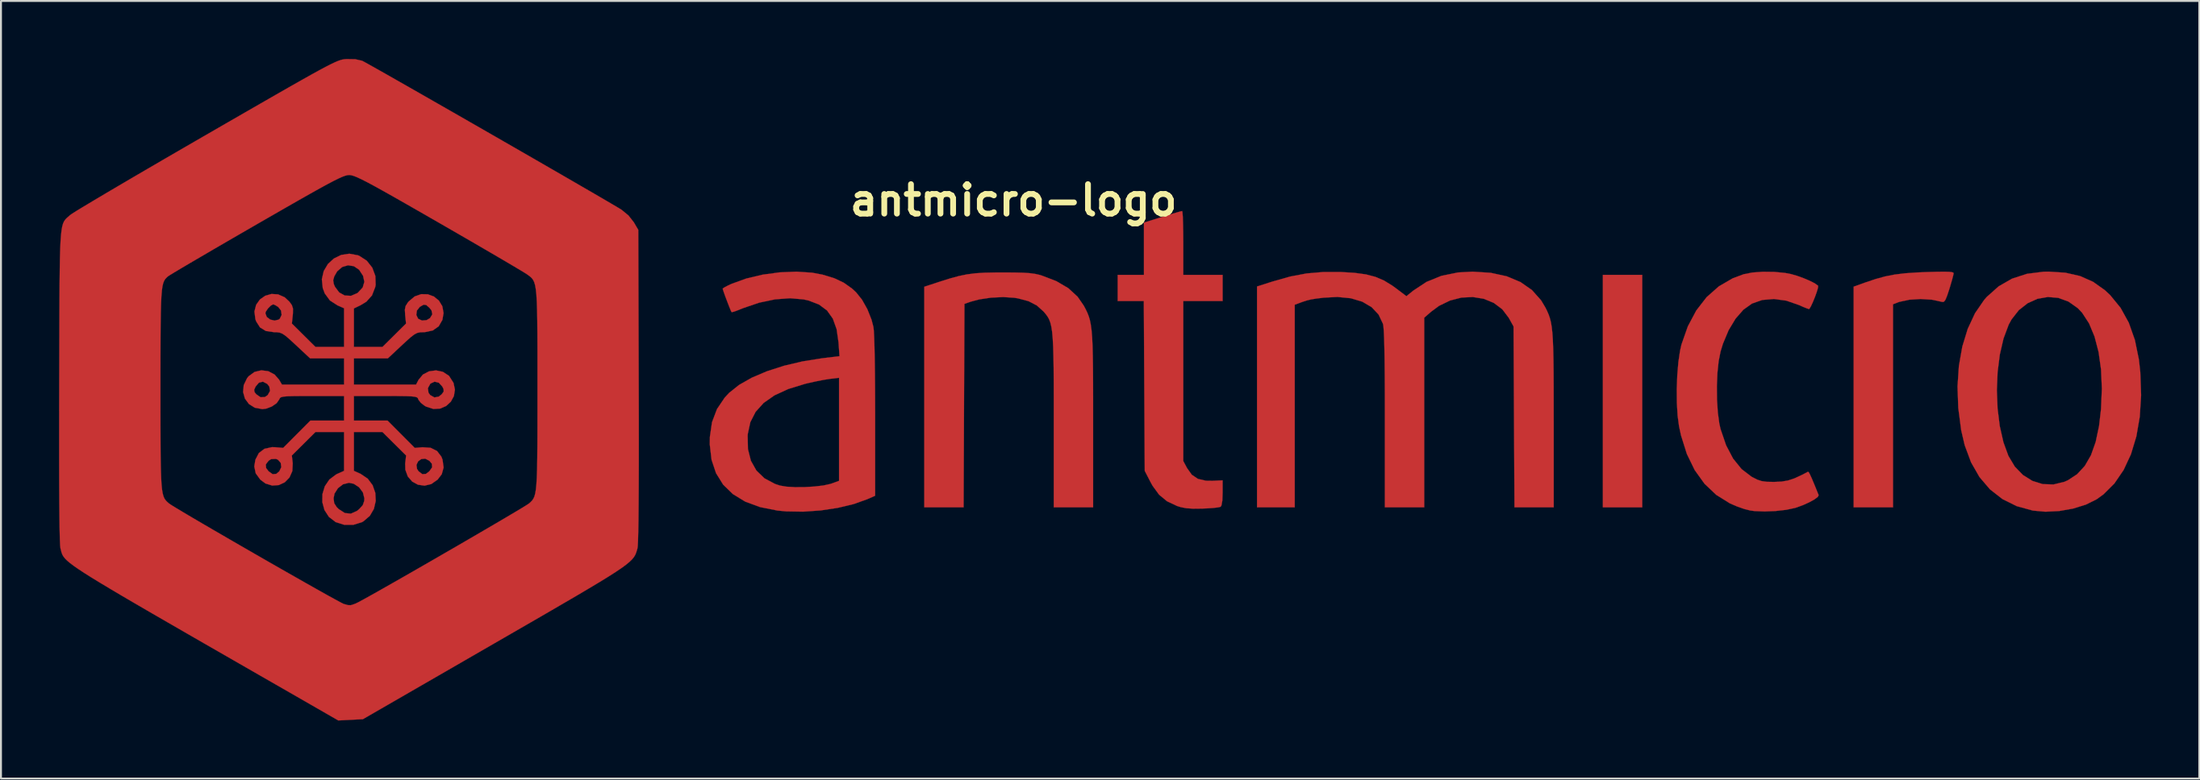
<source format=kicad_pcb>
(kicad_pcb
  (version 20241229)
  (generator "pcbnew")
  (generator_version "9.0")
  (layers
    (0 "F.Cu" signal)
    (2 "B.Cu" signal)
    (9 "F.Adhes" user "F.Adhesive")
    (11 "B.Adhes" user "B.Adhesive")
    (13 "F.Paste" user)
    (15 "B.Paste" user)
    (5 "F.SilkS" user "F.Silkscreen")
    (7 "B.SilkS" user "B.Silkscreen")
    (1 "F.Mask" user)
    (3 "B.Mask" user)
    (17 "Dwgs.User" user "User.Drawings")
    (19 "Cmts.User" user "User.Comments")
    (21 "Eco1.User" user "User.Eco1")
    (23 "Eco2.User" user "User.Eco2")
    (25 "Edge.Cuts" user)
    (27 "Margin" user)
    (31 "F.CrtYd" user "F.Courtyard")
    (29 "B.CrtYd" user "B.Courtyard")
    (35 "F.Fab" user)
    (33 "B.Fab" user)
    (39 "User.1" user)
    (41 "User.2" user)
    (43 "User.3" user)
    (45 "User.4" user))
  (footprint "antmicro-logo"
    (layer "F.Cu")
    (at 57.003 17.608)
    (property "Reference" "antmicro-logo" (at -7.7 -10.3 0) (layer "F.SilkS") (effects (font (size 1.524 1.524) (thickness 0.3))))
    (attr through_hole)
    (fp_poly (pts (xy 24.775 5.58) (xy 22.743 5.58) (xy 22.743 -6.443) (xy 24.775 -6.443) (xy 24.775 5.58)) (stroke (width 0.01) (type solid)) (fill yes) (layer "F.Cu"))
    (fp_poly (pts (xy 40.648 -6.599) (xy 40.8 -6.577) (xy 40.859 -6.542) (xy 40.861 -6.53) (xy 40.837 -6.406) (xy 40.773 -6.164) (xy 40.681 -5.849) (xy 40.639 -5.712) (xy 40.525 -5.366) (xy 40.439 -5.157) (xy 40.364 -5.057) (xy 40.286 -5.041) (xy 40.266 -5.046) (xy 39.74 -5.159) (xy 39.152 -5.196) (xy 38.569 -5.158) (xy 38.058 -5.048) (xy 37.962 -5.013) (xy 37.729 -4.923) (xy 37.729 5.58) (xy 35.697 5.58) (xy 35.697 -5.833) (xy 36.31 -6.053) (xy 36.844 -6.232) (xy 37.332 -6.365) (xy 37.821 -6.46) (xy 38.357 -6.525) (xy 38.988 -6.568) (xy 39.443 -6.587) (xy 39.988 -6.603) (xy 40.384 -6.607) (xy 40.648 -6.599)) (stroke (width 0.01) (type solid)) (fill yes) (layer "F.Cu"))
    (fp_poly (pts (xy 1.028 -9.664) (xy 1.044 -9.44) (xy 1.056 -9.098) (xy 1.064 -8.664) (xy 1.068 -8.163) (xy 1.068 -8.094) (xy 1.068 -6.443) (xy 3.1 -6.443) (xy 3.1 -5.088) (xy 1.068 -5.088) (xy 1.068 3.183) (xy 1.261 3.547) (xy 1.508 3.894) (xy 1.827 4.109) (xy 2.241 4.204) (xy 2.571 4.208) (xy 3.1 4.183) (xy 3.1 4.834) (xy 3.085 5.236) (xy 3.041 5.479) (xy 2.994 5.552) (xy 2.868 5.582) (xy 2.615 5.611) (xy 2.277 5.634) (xy 2.042 5.643) (xy 1.577 5.648) (xy 1.227 5.625) (xy 0.937 5.569) (xy 0.747 5.509) (xy 0.231 5.266) (xy -0.179 4.928) (xy -0.518 4.464) (xy -0.625 4.269) (xy -0.922 3.692) (xy -0.946 -0.698) (xy -0.97 -5.088) (xy -2.319 -5.088) (xy -2.319 -6.443) (xy -0.964 -6.443) (xy -0.964 -9.146) (xy -0.005 -9.445) (xy 0.373 -9.562) (xy 0.692 -9.658) (xy 0.916 -9.722) (xy 1.011 -9.745) (xy 1.028 -9.664)) (stroke (width 0.01) (type solid)) (fill yes) (layer "F.Cu"))
    (fp_poly (pts (xy -7.658 -6.565) (xy -7.208 -6.554) (xy -6.861 -6.531) (xy -6.586 -6.494) (xy -6.351 -6.441) (xy -6.259 -6.414) (xy -5.492 -6.12) (xy -4.871 -5.755) (xy -4.39 -5.313) (xy -4.073 -4.853) (xy -3.972 -4.663) (xy -3.886 -4.484) (xy -3.814 -4.3) (xy -3.754 -4.097) (xy -3.707 -3.859) (xy -3.669 -3.572) (xy -3.64 -3.221) (xy -3.619 -2.79) (xy -3.605 -2.265) (xy -3.596 -1.63) (xy -3.591 -0.871) (xy -3.589 0.027) (xy -3.589 1.068) (xy -3.589 5.58) (xy -5.621 5.58) (xy -5.621 1.108) (xy -5.621 0.055) (xy -5.623 -0.842) (xy -5.628 -1.599) (xy -5.638 -2.228) (xy -5.653 -2.746) (xy -5.676 -3.165) (xy -5.706 -3.499) (xy -5.747 -3.764) (xy -5.798 -3.973) (xy -5.861 -4.141) (xy -5.938 -4.281) (xy -6.03 -4.408) (xy -6.139 -4.536) (xy -6.145 -4.544) (xy -6.496 -4.86) (xy -6.923 -5.082) (xy -7.463 -5.226) (xy -7.664 -5.259) (xy -8.232 -5.295) (xy -8.86 -5.265) (xy -9.471 -5.174) (xy -9.916 -5.055) (xy -10.235 -4.944) (xy -10.257 0.318) (xy -10.279 5.58) (xy -12.309 5.58) (xy -12.309 -5.829) (xy -11.526 -6.086) (xy -10.987 -6.256) (xy -10.529 -6.381) (xy -10.107 -6.468) (xy -9.675 -6.524) (xy -9.187 -6.555) (xy -8.599 -6.567) (xy -8.245 -6.568) (xy -7.658 -6.565)) (stroke (width 0.01) (type solid)) (fill yes) (layer "F.Cu"))
    (fp_poly (pts (xy 16.95 -6.549) (xy 17.776 -6.369) (xy 18.487 -6.071) (xy 19.079 -5.657) (xy 19.55 -5.128) (xy 19.776 -4.749) (xy 19.865 -4.567) (xy 19.941 -4.391) (xy 20.005 -4.205) (xy 20.058 -3.996) (xy 20.1 -3.748) (xy 20.133 -3.446) (xy 20.158 -3.075) (xy 20.176 -2.62) (xy 20.189 -2.066) (xy 20.197 -1.399) (xy 20.201 -0.603) (xy 20.202 0.337) (xy 20.203 1.097) (xy 20.203 5.58) (xy 18.176 5.58) (xy 18.152 0.902) (xy 18.128 -3.776) (xy 17.881 -4.222) (xy 17.545 -4.665) (xy 17.108 -4.993) (xy 16.595 -5.205) (xy 16.03 -5.297) (xy 15.439 -5.269) (xy 14.848 -5.117) (xy 14.279 -4.841) (xy 13.874 -4.541) (xy 13.514 -4.228) (xy 13.514 5.58) (xy 11.482 5.58) (xy 11.482 0.997) (xy 11.481 -0.153) (xy 11.476 -1.14) (xy 11.468 -1.967) (xy 11.457 -2.643) (xy 11.443 -3.171) (xy 11.425 -3.557) (xy 11.404 -3.807) (xy 11.385 -3.909) (xy 11.158 -4.388) (xy 10.799 -4.772) (xy 10.318 -5.055) (xy 9.726 -5.233) (xy 9.033 -5.301) (xy 8.331 -5.264) (xy 7.948 -5.218) (xy 7.673 -5.174) (xy 7.446 -5.119) (xy 7.206 -5.04) (xy 7.058 -4.985) (xy 6.825 -4.898) (xy 6.825 5.58) (xy 4.878 5.58) (xy 4.878 -5.842) (xy 5.685 -6.1) (xy 6.593 -6.357) (xy 7.442 -6.517) (xy 8.302 -6.591) (xy 9.196 -6.591) (xy 9.913 -6.548) (xy 10.501 -6.468) (xy 10.997 -6.338) (xy 11.438 -6.149) (xy 11.863 -5.888) (xy 12.038 -5.761) (xy 12.594 -5.34) (xy 12.948 -5.627) (xy 13.634 -6.08) (xy 14.404 -6.393) (xy 15.264 -6.568) (xy 16.012 -6.609) (xy 16.95 -6.549)) (stroke (width 0.01) (type solid)) (fill yes) (layer "F.Cu"))
    (fp_poly (pts (xy 46.634 -6.554) (xy 47.391 -6.382) (xy 48.061 -6.085) (xy 48.666 -5.656) (xy 48.947 -5.395) (xy 49.483 -4.739) (xy 49.908 -3.968) (xy 50.223 -3.076) (xy 50.431 -2.059) (xy 50.503 -1.4) (xy 50.544 -0.216) (xy 50.475 0.892) (xy 50.299 1.911) (xy 50.02 2.834) (xy 49.641 3.647) (xy 49.166 4.343) (xy 48.599 4.908) (xy 48.248 5.162) (xy 47.693 5.438) (xy 47.032 5.643) (xy 46.319 5.769) (xy 45.605 5.806) (xy 44.955 5.747) (xy 44.119 5.518) (xy 43.379 5.15) (xy 42.737 4.648) (xy 42.196 4.013) (xy 41.76 3.25) (xy 41.431 2.363) (xy 41.251 1.59) (xy 41.101 0.443) (xy 41.069 -0.478) (xy 43.093 -0.478) (xy 43.13 0.467) (xy 43.243 1.376) (xy 43.432 2.212) (xy 43.689 2.917) (xy 44.02 3.473) (xy 44.44 3.907) (xy 44.928 4.212) (xy 45.461 4.378) (xy 46.019 4.397) (xy 46.581 4.26) (xy 46.768 4.177) (xy 47.243 3.864) (xy 47.637 3.436) (xy 47.955 2.884) (xy 48.198 2.198) (xy 48.373 1.371) (xy 48.474 0.5) (xy 48.518 -0.562) (xy 48.475 -1.552) (xy 48.348 -2.453) (xy 48.14 -3.252) (xy 47.856 -3.934) (xy 47.498 -4.484) (xy 47.276 -4.72) (xy 46.792 -5.062) (xy 46.268 -5.254) (xy 45.726 -5.299) (xy 45.19 -5.205) (xy 44.683 -4.977) (xy 44.229 -4.62) (xy 43.852 -4.139) (xy 43.705 -3.869) (xy 43.438 -3.154) (xy 43.247 -2.326) (xy 43.132 -1.421) (xy 43.093 -0.478) (xy 41.069 -0.478) (xy 41.062 -0.671) (xy 41.133 -1.737) (xy 41.309 -2.735) (xy 41.588 -3.648) (xy 41.965 -4.458) (xy 42.438 -5.148) (xy 42.578 -5.307) (xy 43.187 -5.85) (xy 43.875 -6.246) (xy 44.647 -6.497) (xy 45.508 -6.606) (xy 45.769 -6.611) (xy 46.634 -6.554)) (stroke (width 0.01) (type solid)) (fill yes) (layer "F.Cu"))
    (fp_poly (pts (xy 31.592 -6.597) (xy 32.15 -6.543) (xy 32.46 -6.484) (xy 32.779 -6.392) (xy 33.123 -6.267) (xy 33.445 -6.129) (xy 33.702 -5.996) (xy 33.85 -5.888) (xy 33.861 -5.873) (xy 33.852 -5.768) (xy 33.791 -5.561) (xy 33.698 -5.301) (xy 33.59 -5.037) (xy 33.488 -4.817) (xy 33.411 -4.69) (xy 33.391 -4.677) (xy 33.287 -4.707) (xy 33.079 -4.791) (xy 32.868 -4.884) (xy 32.221 -5.109) (xy 31.58 -5.196) (xy 30.974 -5.145) (xy 30.444 -4.959) (xy 30.001 -4.642) (xy 29.595 -4.177) (xy 29.238 -3.583) (xy 28.944 -2.88) (xy 28.82 -2.475) (xy 28.722 -1.976) (xy 28.658 -1.362) (xy 28.63 -0.682) (xy 28.637 0.013) (xy 28.68 0.672) (xy 28.757 1.247) (xy 28.82 1.529) (xy 29.107 2.37) (xy 29.469 3.06) (xy 29.906 3.601) (xy 30.419 3.994) (xy 30.459 4.016) (xy 30.718 4.148) (xy 30.946 4.223) (xy 31.209 4.258) (xy 31.572 4.265) (xy 31.59 4.265) (xy 31.971 4.248) (xy 32.306 4.191) (xy 32.645 4.079) (xy 33.041 3.895) (xy 33.337 3.739) (xy 33.374 3.763) (xy 33.438 3.874) (xy 33.536 4.09) (xy 33.678 4.428) (xy 33.871 4.905) (xy 33.889 4.951) (xy 33.841 5.042) (xy 33.669 5.17) (xy 33.407 5.315) (xy 33.091 5.459) (xy 32.756 5.583) (xy 32.669 5.61) (xy 32.214 5.707) (xy 31.665 5.769) (xy 31.096 5.792) (xy 30.58 5.772) (xy 30.363 5.744) (xy 30.045 5.664) (xy 29.664 5.53) (xy 29.304 5.374) (xy 28.602 4.937) (xy 27.995 4.362) (xy 27.487 3.654) (xy 27.08 2.817) (xy 26.778 1.855) (xy 26.677 1.387) (xy 26.603 0.832) (xy 26.565 0.176) (xy 26.559 -0.536) (xy 26.586 -1.255) (xy 26.643 -1.934) (xy 26.73 -2.524) (xy 26.803 -2.844) (xy 27.132 -3.781) (xy 27.566 -4.598) (xy 28.1 -5.288) (xy 28.729 -5.846) (xy 29.447 -6.264) (xy 30.018 -6.477) (xy 30.464 -6.564) (xy 31.009 -6.604) (xy 31.592 -6.597)) (stroke (width 0.01) (type solid)) (fill yes) (layer "F.Cu"))
    (fp_poly (pts (xy -18.101 -6.555) (xy -17.565 -6.454) (xy -16.956 -6.268) (xy -16.466 -6.036) (xy -16.041 -5.733) (xy -15.833 -5.541) (xy -15.525 -5.156) (xy -15.249 -4.664) (xy -15.035 -4.126) (xy -14.936 -3.743) (xy -14.916 -3.552) (xy -14.899 -3.206) (xy -14.883 -2.719) (xy -14.87 -2.105) (xy -14.86 -1.378) (xy -14.853 -0.552) (xy -14.85 0.358) (xy -14.849 0.846) (xy -14.849 4.979) (xy -15.246 5.155) (xy -15.957 5.41) (xy -16.78 5.607) (xy -17.667 5.74) (xy -18.569 5.803) (xy -19.438 5.789) (xy -19.896 5.745) (xy -20.795 5.566) (xy -21.562 5.282) (xy -22.198 4.893) (xy -22.7 4.403) (xy -23.067 3.812) (xy -23.297 3.123) (xy -23.389 2.336) (xy -23.385 1.941) (xy -23.374 1.866) (xy -21.434 1.866) (xy -21.419 2.567) (xy -21.266 3.172) (xy -20.981 3.678) (xy -20.566 4.078) (xy -20.024 4.368) (xy -19.764 4.454) (xy -19.433 4.51) (xy -18.989 4.536) (xy -18.487 4.533) (xy -17.98 4.503) (xy -17.521 4.449) (xy -17.166 4.371) (xy -17.114 4.354) (xy -16.712 4.209) (xy -16.712 -1.121) (xy -17.199 -1.062) (xy -17.51 -1.013) (xy -17.912 -0.934) (xy -18.334 -0.84) (xy -18.466 -0.808) (xy -19.334 -0.541) (xy -20.047 -0.213) (xy -20.609 0.18) (xy -21.023 0.641) (xy -21.295 1.174) (xy -21.427 1.783) (xy -21.434 1.866) (xy -23.374 1.866) (xy -23.275 1.178) (xy -23.019 0.5) (xy -22.615 -0.1) (xy -22.384 -0.347) (xy -21.875 -0.752) (xy -21.219 -1.125) (xy -20.44 -1.457) (xy -19.56 -1.741) (xy -18.6 -1.968) (xy -17.582 -2.13) (xy -17.567 -2.132) (xy -16.689 -2.238) (xy -16.74 -2.957) (xy -16.838 -3.635) (xy -17.033 -4.18) (xy -17.333 -4.601) (xy -17.747 -4.909) (xy -18.284 -5.116) (xy -18.542 -5.174) (xy -19.242 -5.235) (xy -20.02 -5.177) (xy -20.84 -5.005) (xy -21.665 -4.724) (xy -21.737 -4.694) (xy -21.998 -4.591) (xy -22.189 -4.527) (xy -22.264 -4.516) (xy -22.308 -4.606) (xy -22.389 -4.805) (xy -22.489 -5.064) (xy -22.591 -5.335) (xy -22.673 -5.566) (xy -22.719 -5.709) (xy -22.723 -5.73) (xy -22.652 -5.785) (xy -22.468 -5.883) (xy -22.262 -5.979) (xy -21.502 -6.254) (xy -20.659 -6.454) (xy -19.78 -6.573) (xy -18.912 -6.609) (xy -18.101 -6.555)) (stroke (width 0.01) (type solid)) (fill yes) (layer "F.Cu"))
    (fp_poly (pts (xy -41.702 -17.596) (xy -41.352 -17.516) (xy -41.346 -17.513) (xy -41.236 -17.456) (xy -40.992 -17.321) (xy -40.628 -17.116) (xy -40.155 -16.849) (xy -39.588 -16.526) (xy -38.939 -16.156) (xy -38.221 -15.746) (xy -37.448 -15.303) (xy -36.63 -14.835) (xy -35.783 -14.348) (xy -34.919 -13.852) (xy -34.05 -13.352) (xy -33.19 -12.857) (xy -32.351 -12.373) (xy -31.547 -11.909) (xy -30.791 -11.472) (xy -30.095 -11.068) (xy -29.472 -10.707) (xy -28.935 -10.394) (xy -28.498 -10.138) (xy -28.172 -9.946) (xy -27.972 -9.825) (xy -27.949 -9.81) (xy -27.59 -9.515) (xy -27.314 -9.163) (xy -27.084 -8.771) (xy -27.061 -0.701) (xy -27.057 0.844) (xy -27.056 2.237) (xy -27.057 3.477) (xy -27.061 4.563) (xy -27.067 5.491) (xy -27.074 6.259) (xy -27.085 6.867) (xy -27.097 7.311) (xy -27.111 7.589) (xy -27.124 7.69) (xy -27.159 7.817) (xy -27.196 7.933) (xy -27.243 8.044) (xy -27.311 8.156) (xy -27.408 8.273) (xy -27.542 8.403) (xy -27.722 8.551) (xy -27.957 8.723) (xy -28.256 8.925) (xy -28.627 9.162) (xy -29.08 9.441) (xy -29.624 9.767) (xy -30.266 10.147) (xy -31.016 10.585) (xy -31.882 11.089) (xy -32.874 11.663) (xy -34 12.313) (xy -34.501 12.603) (xy -41.308 16.535) (xy -41.943 16.568) (xy -42.578 16.601) (xy -45.075 15.164) (xy -46.605 14.285) (xy -47.994 13.486) (xy -49.251 12.763) (xy -50.381 12.112) (xy -51.392 11.528) (xy -52.291 11.008) (xy -53.084 10.546) (xy -53.777 10.14) (xy -54.379 9.783) (xy -54.895 9.473) (xy -55.332 9.205) (xy -55.698 8.974) (xy -55.999 8.776) (xy -56.242 8.607) (xy -56.433 8.463) (xy -56.58 8.339) (xy -56.689 8.231) (xy -56.767 8.135) (xy -56.821 8.046) (xy -56.858 7.961) (xy -56.885 7.874) (xy -56.907 7.782) (xy -56.931 7.69) (xy -56.947 7.541) (xy -56.961 7.225) (xy -56.973 6.744) (xy -56.982 6.1) (xy -56.99 5.295) (xy -56.995 4.33) (xy -56.998 3.209) (xy -56.998 1.932) (xy -56.997 0.503) (xy -56.994 -0.516) (xy -51.764 -0.516) (xy -51.764 0.585) (xy -51.763 1.529) (xy -51.76 2.329) (xy -51.755 2.999) (xy -51.745 3.552) (xy -51.731 4) (xy -51.712 4.356) (xy -51.686 4.634) (xy -51.652 4.845) (xy -51.61 5.004) (xy -51.558 5.123) (xy -51.496 5.214) (xy -51.423 5.292) (xy -51.337 5.369) (xy -51.33 5.375) (xy -51.217 5.452) (xy -50.973 5.603) (xy -50.614 5.819) (xy -50.157 6.09) (xy -49.616 6.408) (xy -49.009 6.762) (xy -48.351 7.144) (xy -47.658 7.546) (xy -46.946 7.956) (xy -46.231 8.368) (xy -45.529 8.77) (xy -44.855 9.154) (xy -44.227 9.511) (xy -43.659 9.832) (xy -43.168 10.108) (xy -42.769 10.328) (xy -42.479 10.485) (xy -42.314 10.569) (xy -42.288 10.579) (xy -42.078 10.637) (xy -41.931 10.64) (xy -41.757 10.584) (xy -41.654 10.542) (xy -41.513 10.471) (xy -41.244 10.325) (xy -40.865 10.114) (xy -40.39 9.847) (xy -39.836 9.532) (xy -39.219 9.18) (xy -38.555 8.799) (xy -37.859 8.399) (xy -37.149 7.988) (xy -36.44 7.578) (xy -35.748 7.175) (xy -35.089 6.791) (xy -34.479 6.434) (xy -33.934 6.113) (xy -33.471 5.838) (xy -33.105 5.619) (xy -32.852 5.463) (xy -32.729 5.381) (xy -32.724 5.377) (xy -32.638 5.299) (xy -32.563 5.221) (xy -32.501 5.13) (xy -32.448 5.014) (xy -32.406 4.859) (xy -32.371 4.651) (xy -32.345 4.38) (xy -32.325 4.03) (xy -32.31 3.59) (xy -32.301 3.046) (xy -32.295 2.386) (xy -32.292 1.597) (xy -32.291 0.665) (xy -32.291 -0.423) (xy -32.291 -0.516) (xy -32.291 -1.621) (xy -32.291 -2.57) (xy -32.294 -3.376) (xy -32.3 -4.05) (xy -32.31 -4.607) (xy -32.325 -5.058) (xy -32.346 -5.418) (xy -32.376 -5.698) (xy -32.413 -5.911) (xy -32.461 -6.071) (xy -32.519 -6.19) (xy -32.59 -6.281) (xy -32.673 -6.357) (xy -32.771 -6.431) (xy -32.811 -6.46) (xy -32.935 -6.54) (xy -33.192 -6.696) (xy -33.568 -6.92) (xy -34.049 -7.204) (xy -34.62 -7.539) (xy -35.269 -7.917) (xy -35.979 -8.33) (xy -36.739 -8.769) (xy -37.379 -9.139) (xy -38.294 -9.665) (xy -39.074 -10.112) (xy -39.732 -10.487) (xy -40.278 -10.794) (xy -40.726 -11.042) (xy -41.086 -11.235) (xy -41.37 -11.38) (xy -41.59 -11.483) (xy -41.757 -11.551) (xy -41.885 -11.59) (xy -41.983 -11.606) (xy -42.018 -11.607) (xy -42.107 -11.599) (xy -42.219 -11.571) (xy -42.367 -11.517) (xy -42.561 -11.43) (xy -42.814 -11.305) (xy -43.137 -11.135) (xy -43.541 -10.914) (xy -44.038 -10.636) (xy -44.639 -10.295) (xy -45.357 -9.884) (xy -46.202 -9.398) (xy -46.794 -9.057) (xy -47.59 -8.597) (xy -48.345 -8.159) (xy -49.046 -7.751) (xy -49.68 -7.38) (xy -50.234 -7.056) (xy -50.693 -6.784) (xy -51.045 -6.574) (xy -51.276 -6.433) (xy -51.374 -6.369) (xy -51.451 -6.299) (xy -51.518 -6.225) (xy -51.575 -6.134) (xy -51.622 -6.013) (xy -51.661 -5.85) (xy -51.691 -5.631) (xy -51.715 -5.343) (xy -51.733 -4.975) (xy -51.746 -4.512) (xy -51.755 -3.943) (xy -51.76 -3.253) (xy -51.763 -2.431) (xy -51.764 -1.464) (xy -51.764 -0.516) (xy -56.994 -0.516) (xy -56.994 -0.701) (xy -56.99 -2.072) (xy -56.987 -3.285) (xy -56.984 -4.35) (xy -56.98 -5.275) (xy -56.974 -6.073) (xy -56.966 -6.753) (xy -56.956 -7.326) (xy -56.942 -7.802) (xy -56.924 -8.191) (xy -56.901 -8.504) (xy -56.873 -8.751) (xy -56.839 -8.942) (xy -56.799 -9.088) (xy -56.751 -9.199) (xy -56.695 -9.285) (xy -56.63 -9.357) (xy -56.556 -9.425) (xy -56.472 -9.499) (xy -56.436 -9.532) (xy -56.329 -9.607) (xy -56.085 -9.761) (xy -55.715 -9.986) (xy -55.231 -10.276) (xy -54.644 -10.625) (xy -53.963 -11.027) (xy -53.199 -11.476) (xy -52.364 -11.964) (xy -51.469 -12.486) (xy -50.523 -13.035) (xy -49.537 -13.606) (xy -49.432 -13.666) (xy -48.283 -14.33) (xy -47.272 -14.913) (xy -46.388 -15.422) (xy -45.622 -15.862) (xy -44.964 -16.238) (xy -44.406 -16.554) (xy -43.937 -16.817) (xy -43.549 -17.031) (xy -43.231 -17.201) (xy -42.974 -17.332) (xy -42.768 -17.431) (xy -42.605 -17.501) (xy -42.474 -17.548) (xy -42.367 -17.577) (xy -42.272 -17.593) (xy -42.182 -17.601) (xy -42.156 -17.603) (xy -41.702 -17.596)) (stroke (width 0.01) (type solid)) (fill yes) (layer "F.Cu"))
    (fp_poly (pts (xy -41.571 -7.457) (xy -41.495 -7.427) (xy -41.107 -7.174) (xy -40.823 -6.815) (xy -40.664 -6.386) (xy -40.65 -5.927) (xy -40.67 -5.814) (xy -40.838 -5.38) (xy -41.129 -5.055) (xy -41.423 -4.876) (xy -41.773 -4.707) (xy -41.773 -2.717) (xy -40.296 -2.717) (xy -39.687 -3.322) (xy -39.079 -3.926) (xy -39.124 -4.362) (xy -39.124 -4.371) (xy -38.549 -4.371) (xy -38.454 -4.174) (xy -38.257 -4.082) (xy -38.019 -4.101) (xy -37.842 -4.205) (xy -37.721 -4.403) (xy -37.764 -4.607) (xy -37.879 -4.749) (xy -38.04 -4.886) (xy -38.173 -4.9) (xy -38.355 -4.796) (xy -38.368 -4.787) (xy -38.518 -4.599) (xy -38.549 -4.371) (xy -39.124 -4.371) (xy -39.14 -4.641) (xy -39.102 -4.83) (xy -38.992 -5.006) (xy -38.942 -5.067) (xy -38.634 -5.327) (xy -38.295 -5.446) (xy -37.955 -5.439) (xy -37.64 -5.323) (xy -37.381 -5.111) (xy -37.205 -4.821) (xy -37.141 -4.468) (xy -37.201 -4.116) (xy -37.392 -3.783) (xy -37.698 -3.568) (xy -38.106 -3.481) (xy -38.175 -3.479) (xy -38.352 -3.473) (xy -38.499 -3.442) (xy -38.649 -3.364) (xy -38.835 -3.222) (xy -39.089 -2.995) (xy -39.296 -2.802) (xy -40.02 -2.125) (xy -41.773 -2.125) (xy -41.773 -0.77) (xy -38.56 -0.77) (xy -38.435 -1.013) (xy -38.206 -1.289) (xy -37.89 -1.454) (xy -37.532 -1.503) (xy -37.179 -1.43) (xy -36.875 -1.231) (xy -36.846 -1.2) (xy -36.627 -0.857) (xy -36.554 -0.508) (xy -36.607 -0.175) (xy -36.765 0.115) (xy -37.009 0.339) (xy -37.316 0.472) (xy -37.668 0.491) (xy -38.044 0.369) (xy -38.121 0.326) (xy -38.316 0.173) (xy -38.438 0.015) (xy -38.448 -0.012) (xy -38.471 -0.069) (xy -38.523 -0.111) (xy -38.625 -0.141) (xy -38.801 -0.16) (xy -39.074 -0.171) (xy -39.465 -0.176) (xy -39.998 -0.177) (xy -40.132 -0.177) (xy -41.773 -0.177) (xy -41.773 1.093) (xy -40.034 1.093) (xy -38.628 2.506) (xy -38.232 2.472) (xy -37.808 2.501) (xy -37.478 2.666) (xy -37.253 2.96) (xy -37.195 3.113) (xy -37.138 3.518) (xy -37.235 3.868) (xy -37.447 4.145) (xy -37.775 4.375) (xy -38.123 4.458) (xy -38.462 4.41) (xy -38.76 4.247) (xy -38.988 3.984) (xy -39.115 3.636) (xy -39.121 3.382) (xy -38.54 3.382) (xy -38.512 3.593) (xy -38.431 3.715) (xy -38.239 3.863) (xy -38.053 3.851) (xy -37.879 3.717) (xy -37.732 3.511) (xy -37.745 3.326) (xy -37.872 3.173) (xy -38.086 3.063) (xy -38.292 3.083) (xy -38.455 3.201) (xy -38.54 3.382) (xy -39.121 3.382) (xy -39.123 3.298) (xy -39.075 2.898) (xy -40.296 1.685) (xy -41.773 1.685) (xy -41.773 3.692) (xy -41.424 3.849) (xy -41.058 4.097) (xy -40.805 4.436) (xy -40.667 4.832) (xy -40.645 5.25) (xy -40.739 5.658) (xy -40.95 6.02) (xy -41.281 6.303) (xy -41.355 6.345) (xy -41.798 6.483) (xy -42.271 6.483) (xy -42.709 6.345) (xy -42.718 6.34) (xy -43.065 6.072) (xy -43.293 5.718) (xy -43.403 5.313) (xy -43.4 5.114) (xy -42.823 5.114) (xy -42.789 5.366) (xy -42.66 5.57) (xy -42.551 5.675) (xy -42.238 5.875) (xy -41.929 5.906) (xy -41.619 5.768) (xy -41.504 5.675) (xy -41.314 5.466) (xy -41.239 5.248) (xy -41.231 5.114) (xy -41.308 4.807) (xy -41.506 4.54) (xy -41.781 4.36) (xy -42.027 4.31) (xy -42.332 4.387) (xy -42.595 4.588) (xy -42.773 4.866) (xy -42.823 5.114) (xy -43.4 5.114) (xy -43.397 4.893) (xy -43.275 4.49) (xy -43.039 4.141) (xy -42.69 3.878) (xy -42.63 3.849) (xy -42.281 3.692) (xy -42.281 1.685) (xy -43.759 1.685) (xy -44.979 2.898) (xy -44.932 3.298) (xy -44.953 3.704) (xy -45.101 4.038) (xy -45.343 4.284) (xy -45.651 4.428) (xy -45.993 4.453) (xy -46.341 4.345) (xy -46.608 4.145) (xy -46.843 3.821) (xy -46.918 3.465) (xy -46.901 3.361) (xy -46.324 3.361) (xy -46.308 3.547) (xy -46.176 3.717) (xy -45.97 3.864) (xy -45.785 3.85) (xy -45.629 3.721) (xy -45.523 3.503) (xy -45.551 3.282) (xy -45.697 3.116) (xy -45.8 3.074) (xy -46.049 3.086) (xy -46.179 3.17) (xy -46.324 3.361) (xy -46.901 3.361) (xy -46.86 3.113) (xy -46.68 2.769) (xy -46.392 2.552) (xy -46.004 2.467) (xy -45.822 2.472) (xy -45.427 2.506) (xy -44.021 1.093) (xy -42.281 1.093) (xy -42.281 -0.177) (xy -43.927 -0.177) (xy -44.493 -0.177) (xy -44.913 -0.173) (xy -45.21 -0.164) (xy -45.406 -0.147) (xy -45.524 -0.12) (xy -45.587 -0.08) (xy -45.619 -0.026) (xy -45.628 -0.002) (xy -45.764 0.193) (xy -46.01 0.363) (xy -46.304 0.475) (xy -46.498 0.5) (xy -46.889 0.429) (xy -47.194 0.237) (xy -47.401 -0.044) (xy -47.495 -0.381) (xy -47.485 -0.496) (xy -46.926 -0.496) (xy -46.902 -0.374) (xy -46.816 -0.268) (xy -46.595 -0.115) (xy -46.368 -0.125) (xy -46.224 -0.226) (xy -46.103 -0.444) (xy -46.128 -0.586) (xy -37.951 -0.586) (xy -37.919 -0.348) (xy -37.83 -0.226) (xy -37.613 -0.104) (xy -37.386 -0.147) (xy -37.238 -0.268) (xy -37.135 -0.408) (xy -37.14 -0.536) (xy -37.207 -0.67) (xy -37.386 -0.865) (xy -37.602 -0.921) (xy -37.81 -0.826) (xy -37.826 -0.811) (xy -37.951 -0.586) (xy -46.128 -0.586) (xy -46.144 -0.671) (xy -46.254 -0.807) (xy -46.472 -0.92) (xy -46.678 -0.868) (xy -46.848 -0.669) (xy -46.926 -0.496) (xy -47.485 -0.496) (xy -47.463 -0.743) (xy -47.292 -1.097) (xy -47.209 -1.2) (xy -46.906 -1.422) (xy -46.553 -1.507) (xy -46.193 -1.461) (xy -45.868 -1.288) (xy -45.638 -1.023) (xy -45.489 -0.77) (xy -42.281 -0.77) (xy -42.281 -2.125) (xy -44.034 -2.125) (xy -44.758 -2.802) (xy -45.071 -3.091) (xy -45.294 -3.284) (xy -45.462 -3.399) (xy -45.606 -3.457) (xy -45.762 -3.477) (xy -45.902 -3.479) (xy -46.319 -3.54) (xy -46.623 -3.726) (xy -46.824 -4.043) (xy -46.862 -4.154) (xy -46.899 -4.459) (xy -46.345 -4.459) (xy -46.273 -4.266) (xy -46.094 -4.131) (xy -45.869 -4.078) (xy -45.659 -4.128) (xy -45.6 -4.174) (xy -45.505 -4.373) (xy -45.538 -4.602) (xy -45.687 -4.787) (xy -45.849 -4.885) (xy -45.941 -4.919) (xy -46.064 -4.855) (xy -46.209 -4.709) (xy -46.32 -4.545) (xy -46.345 -4.459) (xy -46.899 -4.459) (xy -46.91 -4.551) (xy -46.822 -4.895) (xy -46.627 -5.17) (xy -46.353 -5.362) (xy -46.03 -5.455) (xy -45.687 -5.434) (xy -45.351 -5.285) (xy -45.113 -5.067) (xy -44.977 -4.881) (xy -44.92 -4.704) (xy -44.922 -4.459) (xy -44.931 -4.362) (xy -44.976 -3.926) (xy -44.368 -3.322) (xy -43.759 -2.717) (xy -42.281 -2.717) (xy -42.281 -4.717) (xy -42.618 -4.865) (xy -43.012 -5.12) (xy -43.279 -5.485) (xy -43.382 -5.765) (xy -43.422 -6.163) (xy -42.843 -6.163) (xy -42.811 -5.969) (xy -42.75 -5.826) (xy -42.533 -5.534) (xy -42.245 -5.375) (xy -41.922 -5.359) (xy -41.604 -5.495) (xy -41.567 -5.522) (xy -41.317 -5.792) (xy -41.232 -6.085) (xy -41.299 -6.393) (xy -41.505 -6.71) (xy -41.776 -6.892) (xy -42.078 -6.938) (xy -42.376 -6.85) (xy -42.635 -6.628) (xy -42.785 -6.368) (xy -42.843 -6.163) (xy -43.422 -6.163) (xy -43.428 -6.22) (xy -43.331 -6.64) (xy -43.116 -7.003) (xy -42.808 -7.288) (xy -42.431 -7.473) (xy -42.011 -7.537) (xy -41.571 -7.457)) (stroke (width 0.01) (type solid)) (fill yes) (layer "F.Cu"))
    (fp_poly (pts (xy 24.775 5.58) (xy 22.743 5.58) (xy 22.743 -6.443) (xy 24.775 -6.443) (xy 24.775 5.58)) (stroke (width 0.01) (type solid)) (fill yes) (layer "F.Mask"))
    (fp_poly (pts (xy 40.648 -6.599) (xy 40.8 -6.577) (xy 40.859 -6.542) (xy 40.861 -6.53) (xy 40.837 -6.406) (xy 40.773 -6.164) (xy 40.681 -5.849) (xy 40.639 -5.712) (xy 40.525 -5.366) (xy 40.439 -5.157) (xy 40.364 -5.057) (xy 40.286 -5.041) (xy 40.266 -5.046) (xy 39.74 -5.159) (xy 39.152 -5.196) (xy 38.569 -5.158) (xy 38.058 -5.048) (xy 37.962 -5.013) (xy 37.729 -4.923) (xy 37.729 5.58) (xy 35.697 5.58) (xy 35.697 -5.833) (xy 36.31 -6.053) (xy 36.844 -6.232) (xy 37.332 -6.365) (xy 37.821 -6.46) (xy 38.357 -6.525) (xy 38.988 -6.568) (xy 39.443 -6.587) (xy 39.988 -6.603) (xy 40.384 -6.607) (xy 40.648 -6.599)) (stroke (width 0.01) (type solid)) (fill yes) (layer "F.Mask"))
    (fp_poly (pts (xy 1.028 -9.664) (xy 1.044 -9.44) (xy 1.056 -9.098) (xy 1.064 -8.664) (xy 1.068 -8.163) (xy 1.068 -8.094) (xy 1.068 -6.443) (xy 3.1 -6.443) (xy 3.1 -5.088) (xy 1.068 -5.088) (xy 1.068 3.183) (xy 1.261 3.547) (xy 1.508 3.894) (xy 1.827 4.109) (xy 2.241 4.204) (xy 2.571 4.208) (xy 3.1 4.183) (xy 3.1 4.834) (xy 3.085 5.236) (xy 3.041 5.479) (xy 2.994 5.552) (xy 2.868 5.582) (xy 2.615 5.611) (xy 2.277 5.634) (xy 2.042 5.643) (xy 1.577 5.648) (xy 1.227 5.625) (xy 0.937 5.569) (xy 0.747 5.509) (xy 0.231 5.266) (xy -0.179 4.928) (xy -0.518 4.464) (xy -0.625 4.269) (xy -0.922 3.692) (xy -0.946 -0.698) (xy -0.97 -5.088) (xy -2.319 -5.088) (xy -2.319 -6.443) (xy -0.964 -6.443) (xy -0.964 -9.146) (xy -0.005 -9.445) (xy 0.373 -9.562) (xy 0.692 -9.658) (xy 0.916 -9.722) (xy 1.011 -9.745) (xy 1.028 -9.664)) (stroke (width 0.01) (type solid)) (fill yes) (layer "F.Mask"))
    (fp_poly (pts (xy -7.658 -6.565) (xy -7.208 -6.554) (xy -6.861 -6.531) (xy -6.586 -6.494) (xy -6.351 -6.441) (xy -6.259 -6.414) (xy -5.492 -6.12) (xy -4.871 -5.755) (xy -4.39 -5.313) (xy -4.073 -4.853) (xy -3.972 -4.663) (xy -3.886 -4.484) (xy -3.814 -4.3) (xy -3.754 -4.097) (xy -3.707 -3.859) (xy -3.669 -3.572) (xy -3.64 -3.221) (xy -3.619 -2.79) (xy -3.605 -2.265) (xy -3.596 -1.63) (xy -3.591 -0.871) (xy -3.589 0.027) (xy -3.589 1.068) (xy -3.589 5.58) (xy -5.621 5.58) (xy -5.621 1.108) (xy -5.621 0.055) (xy -5.623 -0.842) (xy -5.628 -1.599) (xy -5.638 -2.228) (xy -5.653 -2.746) (xy -5.676 -3.165) (xy -5.706 -3.499) (xy -5.747 -3.764) (xy -5.798 -3.973) (xy -5.861 -4.141) (xy -5.938 -4.281) (xy -6.03 -4.408) (xy -6.139 -4.536) (xy -6.145 -4.544) (xy -6.496 -4.86) (xy -6.923 -5.082) (xy -7.463 -5.226) (xy -7.664 -5.259) (xy -8.232 -5.295) (xy -8.86 -5.265) (xy -9.471 -5.174) (xy -9.916 -5.055) (xy -10.235 -4.944) (xy -10.257 0.318) (xy -10.279 5.58) (xy -12.309 5.58) (xy -12.309 -5.829) (xy -11.526 -6.086) (xy -10.987 -6.256) (xy -10.529 -6.381) (xy -10.107 -6.468) (xy -9.675 -6.524) (xy -9.187 -6.555) (xy -8.599 -6.567) (xy -8.245 -6.568) (xy -7.658 -6.565)) (stroke (width 0.01) (type solid)) (fill yes) (layer "F.Mask"))
    (fp_poly (pts (xy 16.95 -6.549) (xy 17.776 -6.369) (xy 18.487 -6.071) (xy 19.079 -5.657) (xy 19.55 -5.128) (xy 19.776 -4.749) (xy 19.865 -4.567) (xy 19.941 -4.391) (xy 20.005 -4.205) (xy 20.058 -3.996) (xy 20.1 -3.748) (xy 20.133 -3.446) (xy 20.158 -3.075) (xy 20.176 -2.62) (xy 20.189 -2.066) (xy 20.197 -1.399) (xy 20.201 -0.603) (xy 20.202 0.337) (xy 20.203 1.097) (xy 20.203 5.58) (xy 18.176 5.58) (xy 18.152 0.902) (xy 18.128 -3.776) (xy 17.881 -4.222) (xy 17.545 -4.665) (xy 17.108 -4.993) (xy 16.595 -5.205) (xy 16.03 -5.297) (xy 15.439 -5.269) (xy 14.848 -5.117) (xy 14.279 -4.841) (xy 13.874 -4.541) (xy 13.514 -4.228) (xy 13.514 5.58) (xy 11.482 5.58) (xy 11.482 0.997) (xy 11.481 -0.153) (xy 11.476 -1.14) (xy 11.468 -1.967) (xy 11.457 -2.643) (xy 11.443 -3.171) (xy 11.425 -3.557) (xy 11.404 -3.807) (xy 11.385 -3.909) (xy 11.158 -4.388) (xy 10.799 -4.772) (xy 10.318 -5.055) (xy 9.726 -5.233) (xy 9.033 -5.301) (xy 8.331 -5.264) (xy 7.948 -5.218) (xy 7.673 -5.174) (xy 7.446 -5.119) (xy 7.206 -5.04) (xy 7.058 -4.985) (xy 6.825 -4.898) (xy 6.825 5.58) (xy 4.878 5.58) (xy 4.878 -5.842) (xy 5.685 -6.1) (xy 6.593 -6.357) (xy 7.442 -6.517) (xy 8.302 -6.591) (xy 9.196 -6.591) (xy 9.913 -6.548) (xy 10.501 -6.468) (xy 10.997 -6.338) (xy 11.438 -6.149) (xy 11.863 -5.888) (xy 12.038 -5.761) (xy 12.594 -5.34) (xy 12.948 -5.627) (xy 13.634 -6.08) (xy 14.404 -6.393) (xy 15.264 -6.568) (xy 16.012 -6.609) (xy 16.95 -6.549)) (stroke (width 0.01) (type solid)) (fill yes) (layer "F.Mask"))
    (fp_poly (pts (xy 46.634 -6.554) (xy 47.391 -6.382) (xy 48.061 -6.085) (xy 48.666 -5.656) (xy 48.947 -5.395) (xy 49.483 -4.739) (xy 49.908 -3.968) (xy 50.223 -3.076) (xy 50.431 -2.059) (xy 50.503 -1.4) (xy 50.544 -0.216) (xy 50.475 0.892) (xy 50.299 1.911) (xy 50.02 2.834) (xy 49.641 3.647) (xy 49.166 4.343) (xy 48.599 4.908) (xy 48.248 5.162) (xy 47.693 5.438) (xy 47.032 5.643) (xy 46.319 5.769) (xy 45.605 5.806) (xy 44.955 5.747) (xy 44.119 5.518) (xy 43.379 5.15) (xy 42.737 4.648) (xy 42.196 4.013) (xy 41.76 3.25) (xy 41.431 2.363) (xy 41.251 1.59) (xy 41.101 0.443) (xy 41.069 -0.478) (xy 43.093 -0.478) (xy 43.13 0.467) (xy 43.243 1.376) (xy 43.432 2.212) (xy 43.689 2.917) (xy 44.02 3.473) (xy 44.44 3.907) (xy 44.928 4.212) (xy 45.461 4.378) (xy 46.019 4.397) (xy 46.581 4.26) (xy 46.768 4.177) (xy 47.243 3.864) (xy 47.637 3.436) (xy 47.955 2.884) (xy 48.198 2.198) (xy 48.373 1.371) (xy 48.474 0.5) (xy 48.518 -0.562) (xy 48.475 -1.552) (xy 48.348 -2.453) (xy 48.14 -3.252) (xy 47.856 -3.934) (xy 47.498 -4.484) (xy 47.276 -4.72) (xy 46.792 -5.062) (xy 46.268 -5.254) (xy 45.726 -5.299) (xy 45.19 -5.205) (xy 44.683 -4.977) (xy 44.229 -4.62) (xy 43.852 -4.139) (xy 43.705 -3.869) (xy 43.438 -3.154) (xy 43.247 -2.326) (xy 43.132 -1.421) (xy 43.093 -0.478) (xy 41.069 -0.478) (xy 41.062 -0.671) (xy 41.133 -1.737) (xy 41.309 -2.735) (xy 41.588 -3.648) (xy 41.965 -4.458) (xy 42.438 -5.148) (xy 42.578 -5.307) (xy 43.187 -5.85) (xy 43.875 -6.246) (xy 44.647 -6.497) (xy 45.508 -6.606) (xy 45.769 -6.611) (xy 46.634 -6.554)) (stroke (width 0.01) (type solid)) (fill yes) (layer "F.Mask"))
    (fp_poly (pts (xy 31.592 -6.597) (xy 32.15 -6.543) (xy 32.46 -6.484) (xy 32.779 -6.392) (xy 33.123 -6.267) (xy 33.445 -6.129) (xy 33.702 -5.996) (xy 33.85 -5.888) (xy 33.861 -5.873) (xy 33.852 -5.768) (xy 33.791 -5.561) (xy 33.698 -5.301) (xy 33.59 -5.037) (xy 33.488 -4.817) (xy 33.411 -4.69) (xy 33.391 -4.677) (xy 33.287 -4.707) (xy 33.079 -4.791) (xy 32.868 -4.884) (xy 32.221 -5.109) (xy 31.58 -5.196) (xy 30.974 -5.145) (xy 30.444 -4.959) (xy 30.001 -4.642) (xy 29.595 -4.177) (xy 29.238 -3.583) (xy 28.944 -2.88) (xy 28.82 -2.475) (xy 28.722 -1.976) (xy 28.658 -1.362) (xy 28.63 -0.682) (xy 28.637 0.013) (xy 28.68 0.672) (xy 28.757 1.247) (xy 28.82 1.529) (xy 29.107 2.37) (xy 29.469 3.06) (xy 29.906 3.601) (xy 30.419 3.994) (xy 30.459 4.016) (xy 30.718 4.148) (xy 30.946 4.223) (xy 31.209 4.258) (xy 31.572 4.265) (xy 31.59 4.265) (xy 31.971 4.248) (xy 32.306 4.191) (xy 32.645 4.079) (xy 33.041 3.895) (xy 33.337 3.739) (xy 33.374 3.763) (xy 33.438 3.874) (xy 33.536 4.09) (xy 33.678 4.428) (xy 33.871 4.905) (xy 33.889 4.951) (xy 33.841 5.042) (xy 33.669 5.17) (xy 33.407 5.315) (xy 33.091 5.459) (xy 32.756 5.583) (xy 32.669 5.61) (xy 32.214 5.707) (xy 31.665 5.769) (xy 31.096 5.792) (xy 30.58 5.772) (xy 30.363 5.744) (xy 30.045 5.664) (xy 29.664 5.53) (xy 29.304 5.374) (xy 28.602 4.937) (xy 27.995 4.362) (xy 27.487 3.654) (xy 27.08 2.817) (xy 26.778 1.855) (xy 26.677 1.387) (xy 26.603 0.832) (xy 26.565 0.176) (xy 26.559 -0.536) (xy 26.586 -1.255) (xy 26.643 -1.934) (xy 26.73 -2.524) (xy 26.803 -2.844) (xy 27.132 -3.781) (xy 27.566 -4.598) (xy 28.1 -5.288) (xy 28.729 -5.846) (xy 29.447 -6.264) (xy 30.018 -6.477) (xy 30.464 -6.564) (xy 31.009 -6.604) (xy 31.592 -6.597)) (stroke (width 0.01) (type solid)) (fill yes) (layer "F.Mask"))
    (fp_poly (pts (xy -18.101 -6.555) (xy -17.565 -6.454) (xy -16.956 -6.268) (xy -16.466 -6.036) (xy -16.041 -5.733) (xy -15.833 -5.541) (xy -15.525 -5.156) (xy -15.249 -4.664) (xy -15.035 -4.126) (xy -14.936 -3.743) (xy -14.916 -3.552) (xy -14.899 -3.206) (xy -14.883 -2.719) (xy -14.87 -2.105) (xy -14.86 -1.378) (xy -14.853 -0.552) (xy -14.85 0.358) (xy -14.849 0.846) (xy -14.849 4.979) (xy -15.246 5.155) (xy -15.957 5.41) (xy -16.78 5.607) (xy -17.667 5.74) (xy -18.569 5.803) (xy -19.438 5.789) (xy -19.896 5.745) (xy -20.795 5.566) (xy -21.562 5.282) (xy -22.198 4.893) (xy -22.7 4.403) (xy -23.067 3.812) (xy -23.297 3.123) (xy -23.389 2.336) (xy -23.385 1.941) (xy -23.374 1.866) (xy -21.434 1.866) (xy -21.419 2.567) (xy -21.266 3.172) (xy -20.981 3.678) (xy -20.566 4.078) (xy -20.024 4.368) (xy -19.764 4.454) (xy -19.433 4.51) (xy -18.989 4.536) (xy -18.487 4.533) (xy -17.98 4.503) (xy -17.521 4.449) (xy -17.166 4.371) (xy -17.114 4.354) (xy -16.712 4.209) (xy -16.712 -1.121) (xy -17.199 -1.062) (xy -17.51 -1.013) (xy -17.912 -0.934) (xy -18.334 -0.84) (xy -18.466 -0.808) (xy -19.334 -0.541) (xy -20.047 -0.213) (xy -20.609 0.18) (xy -21.023 0.641) (xy -21.295 1.174) (xy -21.427 1.783) (xy -21.434 1.866) (xy -23.374 1.866) (xy -23.275 1.178) (xy -23.019 0.5) (xy -22.615 -0.1) (xy -22.384 -0.347) (xy -21.875 -0.752) (xy -21.219 -1.125) (xy -20.44 -1.457) (xy -19.56 -1.741) (xy -18.6 -1.968) (xy -17.582 -2.13) (xy -17.567 -2.132) (xy -16.689 -2.238) (xy -16.74 -2.957) (xy -16.838 -3.635) (xy -17.033 -4.18) (xy -17.333 -4.601) (xy -17.747 -4.909) (xy -18.284 -5.116) (xy -18.542 -5.174) (xy -19.242 -5.235) (xy -20.02 -5.177) (xy -20.84 -5.005) (xy -21.665 -4.724) (xy -21.737 -4.694) (xy -21.998 -4.591) (xy -22.189 -4.527) (xy -22.264 -4.516) (xy -22.308 -4.606) (xy -22.389 -4.805) (xy -22.489 -5.064) (xy -22.591 -5.335) (xy -22.673 -5.566) (xy -22.719 -5.709) (xy -22.723 -5.73) (xy -22.652 -5.785) (xy -22.468 -5.883) (xy -22.262 -5.979) (xy -21.502 -6.254) (xy -20.659 -6.454) (xy -19.78 -6.573) (xy -18.912 -6.609) (xy -18.101 -6.555)) (stroke (width 0.01) (type solid)) (fill yes) (layer "F.Mask"))
    (fp_poly (pts (xy -41.702 -17.596) (xy -41.352 -17.516) (xy -41.346 -17.513) (xy -41.236 -17.456) (xy -40.992 -17.321) (xy -40.628 -17.116) (xy -40.155 -16.849) (xy -39.588 -16.526) (xy -38.939 -16.156) (xy -38.221 -15.746) (xy -37.448 -15.303) (xy -36.63 -14.835) (xy -35.783 -14.348) (xy -34.919 -13.852) (xy -34.05 -13.352) (xy -33.19 -12.857) (xy -32.351 -12.373) (xy -31.547 -11.909) (xy -30.791 -11.472) (xy -30.095 -11.068) (xy -29.472 -10.707) (xy -28.935 -10.394) (xy -28.498 -10.138) (xy -28.172 -9.946) (xy -27.972 -9.825) (xy -27.949 -9.81) (xy -27.59 -9.515) (xy -27.314 -9.163) (xy -27.084 -8.771) (xy -27.061 -0.701) (xy -27.057 0.844) (xy -27.056 2.237) (xy -27.057 3.477) (xy -27.061 4.563) (xy -27.067 5.491) (xy -27.074 6.259) (xy -27.085 6.867) (xy -27.097 7.311) (xy -27.111 7.589) (xy -27.124 7.69) (xy -27.159 7.817) (xy -27.196 7.933) (xy -27.243 8.044) (xy -27.311 8.156) (xy -27.408 8.273) (xy -27.542 8.403) (xy -27.722 8.551) (xy -27.957 8.723) (xy -28.256 8.925) (xy -28.627 9.162) (xy -29.08 9.441) (xy -29.624 9.767) (xy -30.266 10.147) (xy -31.016 10.585) (xy -31.882 11.089) (xy -32.874 11.663) (xy -34 12.313) (xy -34.501 12.603) (xy -41.308 16.535) (xy -41.943 16.568) (xy -42.578 16.601) (xy -45.075 15.164) (xy -46.605 14.285) (xy -47.994 13.486) (xy -49.251 12.763) (xy -50.381 12.112) (xy -51.392 11.528) (xy -52.291 11.008) (xy -53.084 10.546) (xy -53.777 10.14) (xy -54.379 9.783) (xy -54.895 9.473) (xy -55.332 9.205) (xy -55.698 8.974) (xy -55.999 8.776) (xy -56.242 8.607) (xy -56.433 8.463) (xy -56.58 8.339) (xy -56.689 8.231) (xy -56.767 8.135) (xy -56.821 8.046) (xy -56.858 7.961) (xy -56.885 7.874) (xy -56.907 7.782) (xy -56.931 7.69) (xy -56.947 7.541) (xy -56.961 7.225) (xy -56.973 6.744) (xy -56.982 6.1) (xy -56.99 5.295) (xy -56.995 4.33) (xy -56.998 3.209) (xy -56.998 1.932) (xy -56.997 0.503) (xy -56.994 -0.516) (xy -51.764 -0.516) (xy -51.764 0.585) (xy -51.763 1.529) (xy -51.76 2.329) (xy -51.755 2.999) (xy -51.745 3.552) (xy -51.731 4) (xy -51.712 4.356) (xy -51.686 4.634) (xy -51.652 4.845) (xy -51.61 5.004) (xy -51.558 5.123) (xy -51.496 5.214) (xy -51.423 5.292) (xy -51.337 5.369) (xy -51.33 5.375) (xy -51.217 5.452) (xy -50.973 5.603) (xy -50.614 5.819) (xy -50.157 6.09) (xy -49.616 6.408) (xy -49.009 6.762) (xy -48.351 7.144) (xy -47.658 7.546) (xy -46.946 7.956) (xy -46.231 8.368) (xy -45.529 8.77) (xy -44.855 9.154) (xy -44.227 9.511) (xy -43.659 9.832) (xy -43.168 10.108) (xy -42.769 10.328) (xy -42.479 10.485) (xy -42.314 10.569) (xy -42.288 10.579) (xy -42.078 10.637) (xy -41.931 10.64) (xy -41.757 10.584) (xy -41.654 10.542) (xy -41.513 10.471) (xy -41.244 10.325) (xy -40.865 10.114) (xy -40.39 9.847) (xy -39.836 9.532) (xy -39.219 9.18) (xy -38.555 8.799) (xy -37.859 8.399) (xy -37.149 7.988) (xy -36.44 7.578) (xy -35.748 7.175) (xy -35.089 6.791) (xy -34.479 6.434) (xy -33.934 6.113) (xy -33.471 5.838) (xy -33.105 5.619) (xy -32.852 5.463) (xy -32.729 5.381) (xy -32.724 5.377) (xy -32.638 5.299) (xy -32.563 5.221) (xy -32.501 5.13) (xy -32.448 5.014) (xy -32.406 4.859) (xy -32.371 4.651) (xy -32.345 4.38) (xy -32.325 4.03) (xy -32.31 3.59) (xy -32.301 3.046) (xy -32.295 2.386) (xy -32.292 1.597) (xy -32.291 0.665) (xy -32.291 -0.423) (xy -32.291 -0.516) (xy -32.291 -1.621) (xy -32.291 -2.57) (xy -32.294 -3.376) (xy -32.3 -4.05) (xy -32.31 -4.607) (xy -32.325 -5.058) (xy -32.346 -5.418) (xy -32.376 -5.698) (xy -32.413 -5.911) (xy -32.461 -6.071) (xy -32.519 -6.19) (xy -32.59 -6.281) (xy -32.673 -6.357) (xy -32.771 -6.431) (xy -32.811 -6.46) (xy -32.935 -6.54) (xy -33.192 -6.696) (xy -33.568 -6.92) (xy -34.049 -7.204) (xy -34.62 -7.539) (xy -35.269 -7.917) (xy -35.979 -8.33) (xy -36.739 -8.769) (xy -37.379 -9.139) (xy -38.294 -9.665) (xy -39.074 -10.112) (xy -39.732 -10.487) (xy -40.278 -10.794) (xy -40.726 -11.042) (xy -41.086 -11.235) (xy -41.37 -11.38) (xy -41.59 -11.483) (xy -41.757 -11.551) (xy -41.885 -11.59) (xy -41.983 -11.606) (xy -42.018 -11.607) (xy -42.107 -11.599) (xy -42.219 -11.571) (xy -42.367 -11.517) (xy -42.561 -11.43) (xy -42.814 -11.305) (xy -43.137 -11.135) (xy -43.541 -10.914) (xy -44.038 -10.636) (xy -44.639 -10.295) (xy -45.357 -9.884) (xy -46.202 -9.398) (xy -46.794 -9.057) (xy -47.59 -8.597) (xy -48.345 -8.159) (xy -49.046 -7.751) (xy -49.68 -7.38) (xy -50.234 -7.056) (xy -50.693 -6.784) (xy -51.045 -6.574) (xy -51.276 -6.433) (xy -51.374 -6.369) (xy -51.451 -6.299) (xy -51.518 -6.225) (xy -51.575 -6.134) (xy -51.622 -6.013) (xy -51.661 -5.85) (xy -51.691 -5.631) (xy -51.715 -5.343) (xy -51.733 -4.975) (xy -51.746 -4.512) (xy -51.755 -3.943) (xy -51.76 -3.253) (xy -51.763 -2.431) (xy -51.764 -1.464) (xy -51.764 -0.516) (xy -56.994 -0.516) (xy -56.994 -0.701) (xy -56.99 -2.072) (xy -56.987 -3.285) (xy -56.984 -4.35) (xy -56.98 -5.275) (xy -56.974 -6.073) (xy -56.966 -6.753) (xy -56.956 -7.326) (xy -56.942 -7.802) (xy -56.924 -8.191) (xy -56.901 -8.504) (xy -56.873 -8.751) (xy -56.839 -8.942) (xy -56.799 -9.088) (xy -56.751 -9.199) (xy -56.695 -9.285) (xy -56.63 -9.357) (xy -56.556 -9.425) (xy -56.472 -9.499) (xy -56.436 -9.532) (xy -56.329 -9.607) (xy -56.085 -9.761) (xy -55.715 -9.986) (xy -55.231 -10.276) (xy -54.644 -10.625) (xy -53.963 -11.027) (xy -53.199 -11.476) (xy -52.364 -11.964) (xy -51.469 -12.486) (xy -50.523 -13.035) (xy -49.537 -13.606) (xy -49.432 -13.666) (xy -48.283 -14.33) (xy -47.272 -14.913) (xy -46.388 -15.422) (xy -45.622 -15.862) (xy -44.964 -16.238) (xy -44.406 -16.554) (xy -43.937 -16.817) (xy -43.549 -17.031) (xy -43.231 -17.201) (xy -42.974 -17.332) (xy -42.768 -17.431) (xy -42.605 -17.501) (xy -42.474 -17.548) (xy -42.367 -17.577) (xy -42.272 -17.593) (xy -42.182 -17.601) (xy -42.156 -17.603) (xy -41.702 -17.596)) (stroke (width 0.01) (type solid)) (fill yes) (layer "F.Mask"))
    (fp_poly (pts (xy -41.571 -7.457) (xy -41.495 -7.427) (xy -41.107 -7.174) (xy -40.823 -6.815) (xy -40.664 -6.386) (xy -40.65 -5.927) (xy -40.67 -5.814) (xy -40.838 -5.38) (xy -41.129 -5.055) (xy -41.423 -4.876) (xy -41.773 -4.707) (xy -41.773 -2.717) (xy -40.296 -2.717) (xy -39.687 -3.322) (xy -39.079 -3.926) (xy -39.124 -4.362) (xy -39.124 -4.371) (xy -38.549 -4.371) (xy -38.454 -4.174) (xy -38.257 -4.082) (xy -38.019 -4.101) (xy -37.842 -4.205) (xy -37.721 -4.403) (xy -37.764 -4.607) (xy -37.879 -4.749) (xy -38.04 -4.886) (xy -38.173 -4.9) (xy -38.355 -4.796) (xy -38.368 -4.787) (xy -38.518 -4.599) (xy -38.549 -4.371) (xy -39.124 -4.371) (xy -39.14 -4.641) (xy -39.102 -4.83) (xy -38.992 -5.006) (xy -38.942 -5.067) (xy -38.634 -5.327) (xy -38.295 -5.446) (xy -37.955 -5.439) (xy -37.64 -5.323) (xy -37.381 -5.111) (xy -37.205 -4.821) (xy -37.141 -4.468) (xy -37.201 -4.116) (xy -37.392 -3.783) (xy -37.698 -3.568) (xy -38.106 -3.481) (xy -38.175 -3.479) (xy -38.352 -3.473) (xy -38.499 -3.442) (xy -38.649 -3.364) (xy -38.835 -3.222) (xy -39.089 -2.995) (xy -39.296 -2.802) (xy -40.02 -2.125) (xy -41.773 -2.125) (xy -41.773 -0.77) (xy -38.56 -0.77) (xy -38.435 -1.013) (xy -38.206 -1.289) (xy -37.89 -1.454) (xy -37.532 -1.503) (xy -37.179 -1.43) (xy -36.875 -1.231) (xy -36.846 -1.2) (xy -36.627 -0.857) (xy -36.554 -0.508) (xy -36.607 -0.175) (xy -36.765 0.115) (xy -37.009 0.339) (xy -37.316 0.472) (xy -37.668 0.491) (xy -38.044 0.369) (xy -38.121 0.326) (xy -38.316 0.173) (xy -38.438 0.015) (xy -38.448 -0.012) (xy -38.471 -0.069) (xy -38.523 -0.111) (xy -38.625 -0.141) (xy -38.801 -0.16) (xy -39.074 -0.171) (xy -39.465 -0.176) (xy -39.998 -0.177) (xy -40.132 -0.177) (xy -41.773 -0.177) (xy -41.773 1.093) (xy -40.034 1.093) (xy -38.628 2.506) (xy -38.232 2.472) (xy -37.808 2.501) (xy -37.478 2.666) (xy -37.253 2.96) (xy -37.195 3.113) (xy -37.138 3.518) (xy -37.235 3.868) (xy -37.447 4.145) (xy -37.775 4.375) (xy -38.123 4.458) (xy -38.462 4.41) (xy -38.76 4.247) (xy -38.988 3.984) (xy -39.115 3.636) (xy -39.121 3.382) (xy -38.54 3.382) (xy -38.512 3.593) (xy -38.431 3.715) (xy -38.239 3.863) (xy -38.053 3.851) (xy -37.879 3.717) (xy -37.732 3.511) (xy -37.745 3.326) (xy -37.872 3.173) (xy -38.086 3.063) (xy -38.292 3.083) (xy -38.455 3.201) (xy -38.54 3.382) (xy -39.121 3.382) (xy -39.123 3.298) (xy -39.075 2.898) (xy -40.296 1.685) (xy -41.773 1.685) (xy -41.773 3.692) (xy -41.424 3.849) (xy -41.058 4.097) (xy -40.805 4.436) (xy -40.667 4.832) (xy -40.645 5.25) (xy -40.739 5.658) (xy -40.95 6.02) (xy -41.281 6.303) (xy -41.355 6.345) (xy -41.798 6.483) (xy -42.271 6.483) (xy -42.709 6.345) (xy -42.718 6.34) (xy -43.065 6.072) (xy -43.293 5.718) (xy -43.403 5.313) (xy -43.4 5.114) (xy -42.823 5.114) (xy -42.789 5.366) (xy -42.66 5.57) (xy -42.551 5.675) (xy -42.238 5.875) (xy -41.929 5.906) (xy -41.619 5.768) (xy -41.504 5.675) (xy -41.314 5.466) (xy -41.239 5.248) (xy -41.231 5.114) (xy -41.308 4.807) (xy -41.506 4.54) (xy -41.781 4.36) (xy -42.027 4.31) (xy -42.332 4.387) (xy -42.595 4.588) (xy -42.773 4.866) (xy -42.823 5.114) (xy -43.4 5.114) (xy -43.397 4.893) (xy -43.275 4.49) (xy -43.039 4.141) (xy -42.69 3.878) (xy -42.63 3.849) (xy -42.281 3.692) (xy -42.281 1.685) (xy -43.759 1.685) (xy -44.979 2.898) (xy -44.932 3.298) (xy -44.953 3.704) (xy -45.101 4.038) (xy -45.343 4.284) (xy -45.651 4.428) (xy -45.993 4.453) (xy -46.341 4.345) (xy -46.608 4.145) (xy -46.843 3.821) (xy -46.918 3.465) (xy -46.901 3.361) (xy -46.324 3.361) (xy -46.308 3.547) (xy -46.176 3.717) (xy -45.97 3.864) (xy -45.785 3.85) (xy -45.629 3.721) (xy -45.523 3.503) (xy -45.551 3.282) (xy -45.697 3.116) (xy -45.8 3.074) (xy -46.049 3.086) (xy -46.179 3.17) (xy -46.324 3.361) (xy -46.901 3.361) (xy -46.86 3.113) (xy -46.68 2.769) (xy -46.392 2.552) (xy -46.004 2.467) (xy -45.822 2.472) (xy -45.427 2.506) (xy -44.021 1.093) (xy -42.281 1.093) (xy -42.281 -0.177) (xy -43.927 -0.177) (xy -44.493 -0.177) (xy -44.913 -0.173) (xy -45.21 -0.164) (xy -45.406 -0.147) (xy -45.524 -0.12) (xy -45.587 -0.08) (xy -45.619 -0.026) (xy -45.628 -0.002) (xy -45.764 0.193) (xy -46.01 0.363) (xy -46.304 0.475) (xy -46.498 0.5) (xy -46.889 0.429) (xy -47.194 0.237) (xy -47.401 -0.044) (xy -47.495 -0.381) (xy -47.485 -0.496) (xy -46.926 -0.496) (xy -46.902 -0.374) (xy -46.816 -0.268) (xy -46.595 -0.115) (xy -46.368 -0.125) (xy -46.224 -0.226) (xy -46.103 -0.444) (xy -46.128 -0.586) (xy -37.951 -0.586) (xy -37.919 -0.348) (xy -37.83 -0.226) (xy -37.613 -0.104) (xy -37.386 -0.147) (xy -37.238 -0.268) (xy -37.135 -0.408) (xy -37.14 -0.536) (xy -37.207 -0.67) (xy -37.386 -0.865) (xy -37.602 -0.921) (xy -37.81 -0.826) (xy -37.826 -0.811) (xy -37.951 -0.586) (xy -46.128 -0.586) (xy -46.144 -0.671) (xy -46.254 -0.807) (xy -46.472 -0.92) (xy -46.678 -0.868) (xy -46.848 -0.669) (xy -46.926 -0.496) (xy -47.485 -0.496) (xy -47.463 -0.743) (xy -47.292 -1.097) (xy -47.209 -1.2) (xy -46.906 -1.422) (xy -46.553 -1.507) (xy -46.193 -1.461) (xy -45.868 -1.288) (xy -45.638 -1.023) (xy -45.489 -0.77) (xy -42.281 -0.77) (xy -42.281 -2.125) (xy -44.034 -2.125) (xy -44.758 -2.802) (xy -45.071 -3.091) (xy -45.294 -3.284) (xy -45.462 -3.399) (xy -45.606 -3.457) (xy -45.762 -3.477) (xy -45.902 -3.479) (xy -46.319 -3.54) (xy -46.623 -3.726) (xy -46.824 -4.043) (xy -46.862 -4.154) (xy -46.899 -4.459) (xy -46.345 -4.459) (xy -46.273 -4.266) (xy -46.094 -4.131) (xy -45.869 -4.078) (xy -45.659 -4.128) (xy -45.6 -4.174) (xy -45.505 -4.373) (xy -45.538 -4.602) (xy -45.687 -4.787) (xy -45.849 -4.885) (xy -45.941 -4.919) (xy -46.064 -4.855) (xy -46.209 -4.709) (xy -46.32 -4.545) (xy -46.345 -4.459) (xy -46.899 -4.459) (xy -46.91 -4.551) (xy -46.822 -4.895) (xy -46.627 -5.17) (xy -46.353 -5.362) (xy -46.03 -5.455) (xy -45.687 -5.434) (xy -45.351 -5.285) (xy -45.113 -5.067) (xy -44.977 -4.881) (xy -44.92 -4.704) (xy -44.922 -4.459) (xy -44.931 -4.362) (xy -44.976 -3.926) (xy -44.368 -3.322) (xy -43.759 -2.717) (xy -42.281 -2.717) (xy -42.281 -4.717) (xy -42.618 -4.865) (xy -43.012 -5.12) (xy -43.279 -5.485) (xy -43.382 -5.765) (xy -43.422 -6.163) (xy -42.843 -6.163) (xy -42.811 -5.969) (xy -42.75 -5.826) (xy -42.533 -5.534) (xy -42.245 -5.375) (xy -41.922 -5.359) (xy -41.604 -5.495) (xy -41.567 -5.522) (xy -41.317 -5.792) (xy -41.232 -6.085) (xy -41.299 -6.393) (xy -41.505 -6.71) (xy -41.776 -6.892) (xy -42.078 -6.938) (xy -42.376 -6.85) (xy -42.635 -6.628) (xy -42.785 -6.368) (xy -42.843 -6.163) (xy -43.422 -6.163) (xy -43.428 -6.22) (xy -43.331 -6.64) (xy -43.116 -7.003) (xy -42.808 -7.288) (xy -42.431 -7.473) (xy -42.011 -7.537) (xy -41.571 -7.457)) (stroke (width 0.01) (type solid)) (fill yes) (layer "F.Mask")))
  (gr_rect
    (start -3 -3)
    (end 110.553 37.214)
    (stroke (width 0.1) (type default))
    (fill no)
    (layer "Edge.Cuts")))
</source>
